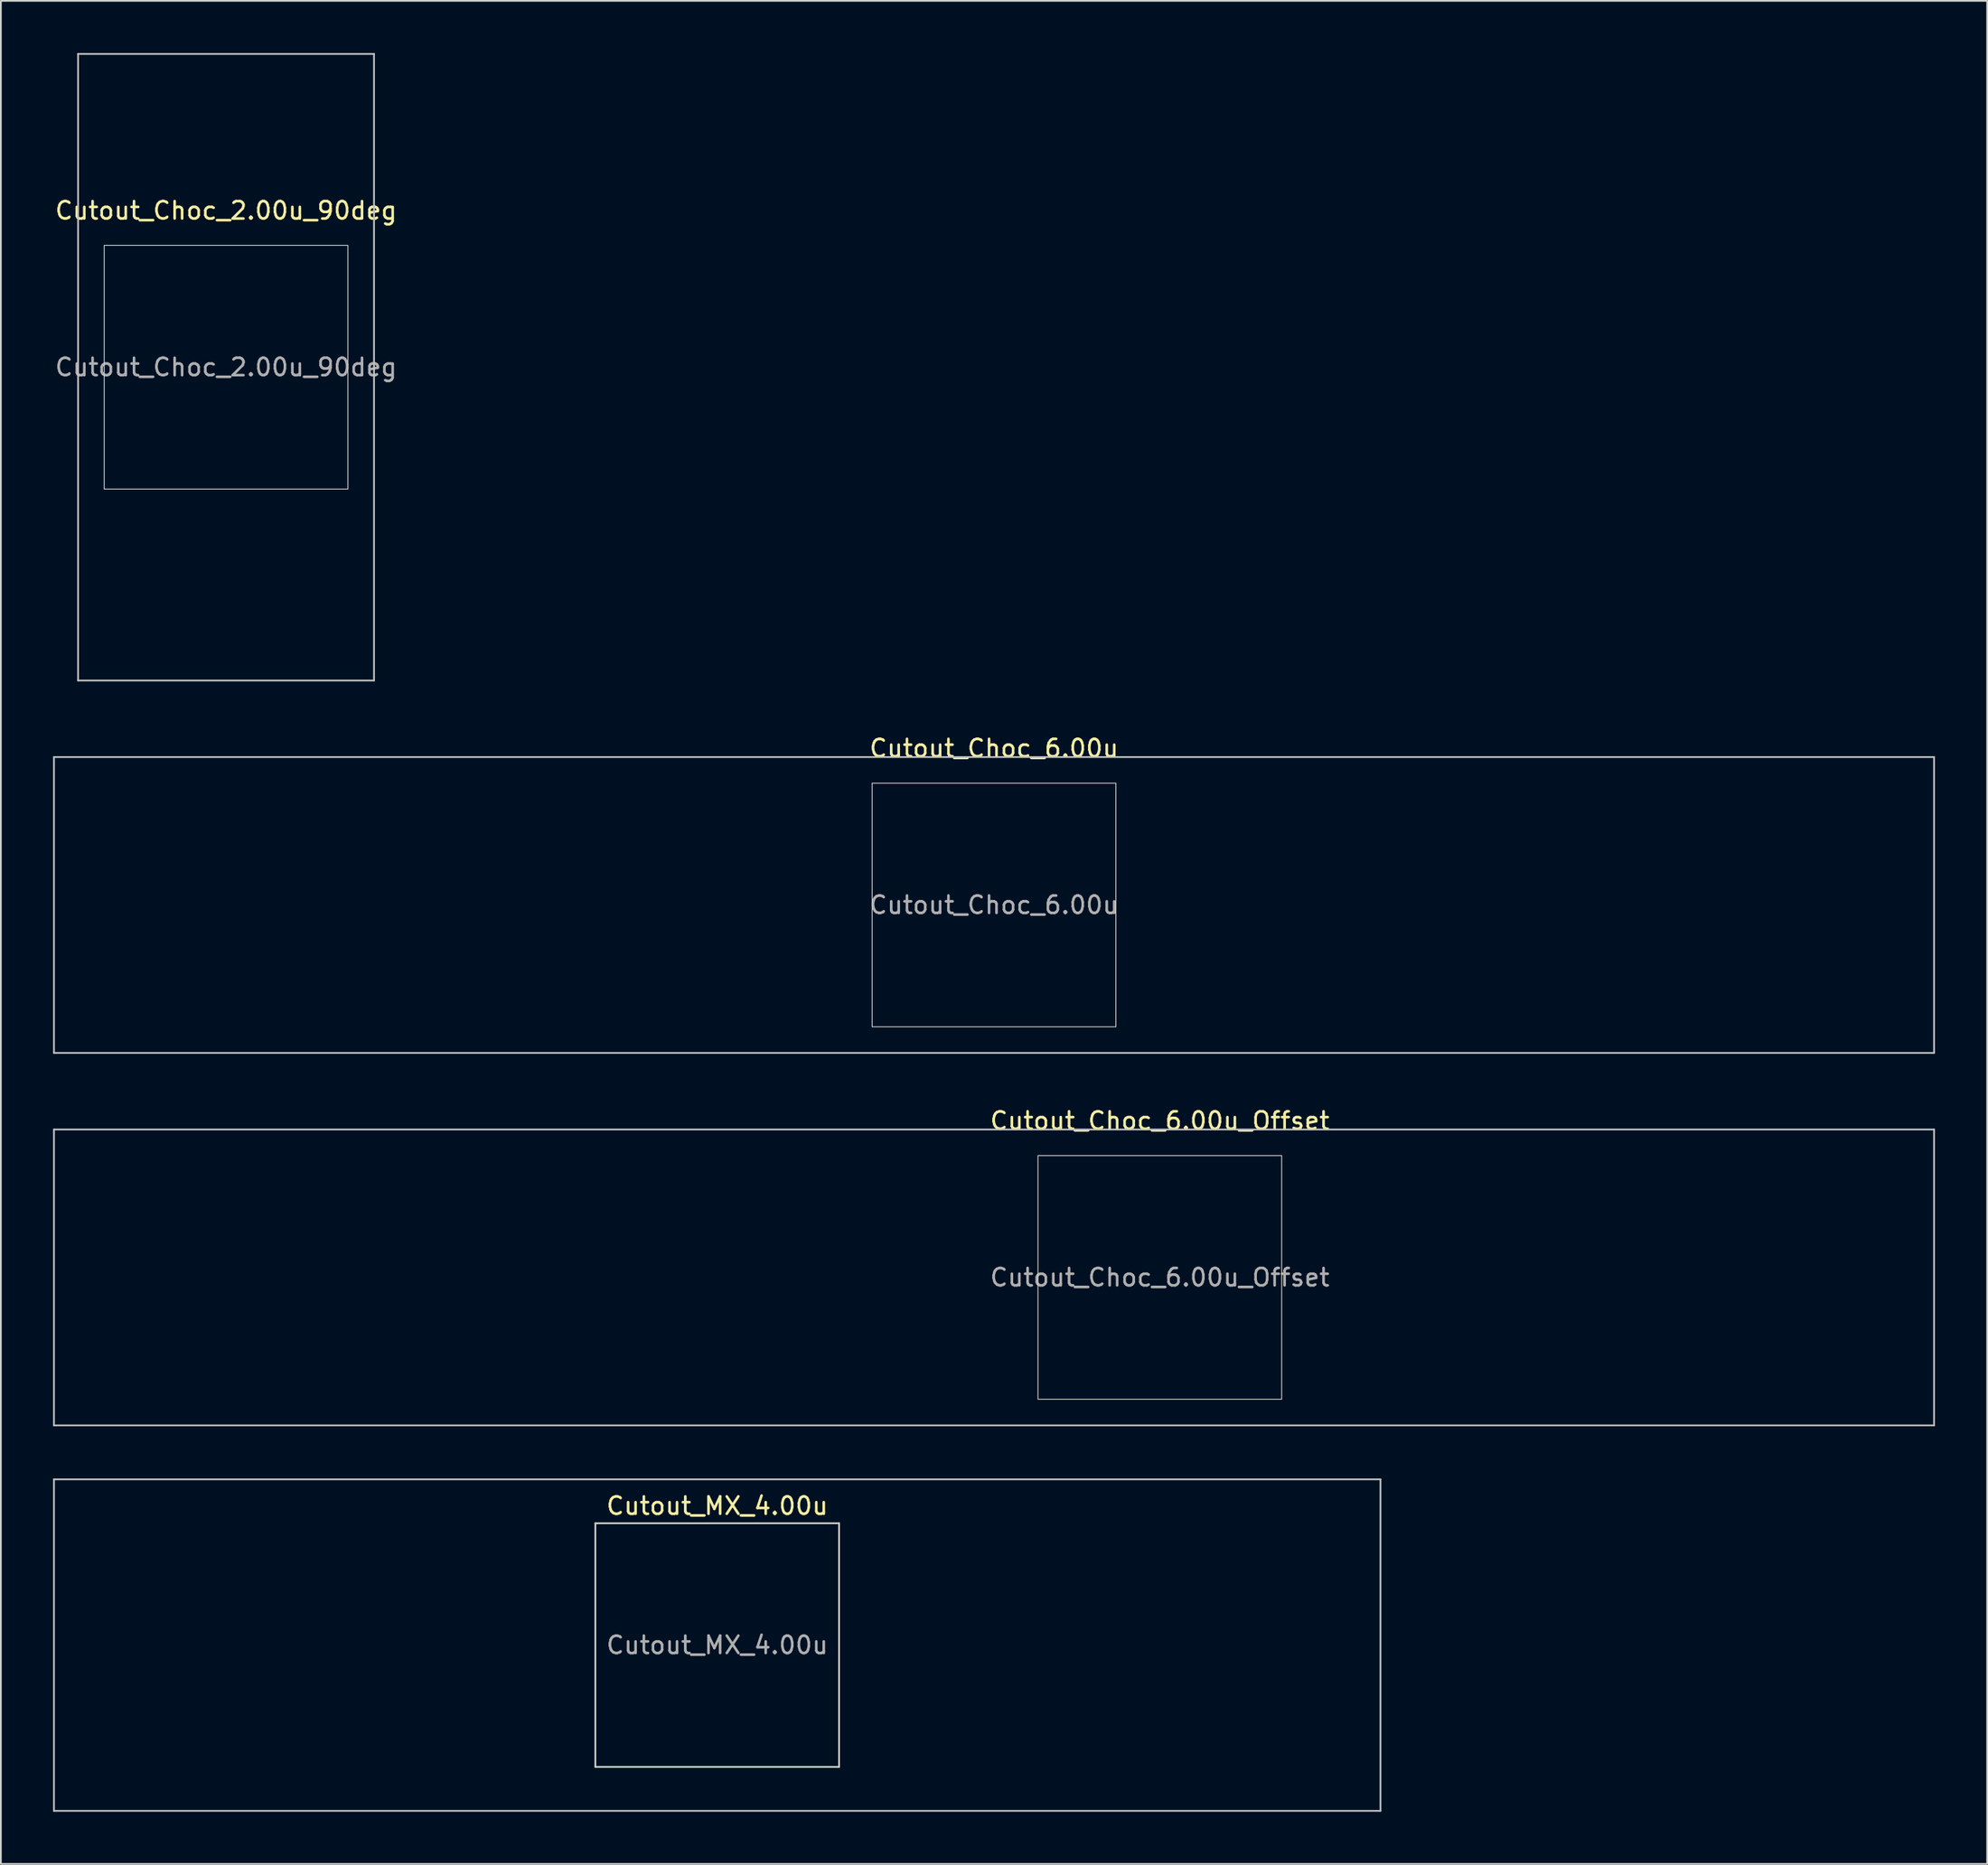
<source format=kicad_pcb>
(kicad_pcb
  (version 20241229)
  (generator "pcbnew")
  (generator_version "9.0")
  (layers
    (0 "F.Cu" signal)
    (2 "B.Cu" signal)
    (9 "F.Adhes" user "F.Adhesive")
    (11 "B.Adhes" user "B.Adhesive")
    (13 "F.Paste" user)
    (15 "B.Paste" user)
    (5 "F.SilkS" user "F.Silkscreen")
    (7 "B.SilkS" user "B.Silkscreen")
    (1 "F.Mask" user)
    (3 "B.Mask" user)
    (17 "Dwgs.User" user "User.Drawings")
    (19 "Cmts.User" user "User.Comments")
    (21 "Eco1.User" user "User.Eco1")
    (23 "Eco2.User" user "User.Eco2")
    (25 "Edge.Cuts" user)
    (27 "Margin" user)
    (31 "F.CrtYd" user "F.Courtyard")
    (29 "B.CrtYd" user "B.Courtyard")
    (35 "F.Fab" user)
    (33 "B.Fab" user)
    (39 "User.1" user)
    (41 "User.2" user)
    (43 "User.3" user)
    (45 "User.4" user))
  (footprint "Cutout_Choc_6.00u_Offset"
    (layer "F.Cu")
    (at 63.575 70.347)
    (property "Reference" "Cutout_Choc_6.00u_Offset" (at 0 -9 0) (layer "F.SilkS") (effects (font (size 1 1) (thickness 0.15))))
    (attr through_hole)
    (fp_line (start -63.525 -8.5) (end -63.525 8.5) (stroke (width 0.1) (type solid)) (layer "Dwgs.User"))
    (fp_line (start -63.525 8.5) (end 44.475 8.5) (stroke (width 0.1) (type solid)) (layer "Dwgs.User"))
    (fp_line (start 44.475 -8.5) (end -63.525 -8.5) (stroke (width 0.1) (type solid)) (layer "Dwgs.User"))
    (fp_line (start 44.475 8.5) (end 44.475 -8.5) (stroke (width 0.1) (type solid)) (layer "Dwgs.User"))
    (fp_rect (start -7 -7) (end 7 7) (stroke (width 0.05) (type default)) (fill no) (layer "Edge.Cuts"))
    (fp_text user "${REFERENCE}" (at 0 0 0) (layer "F.Fab") (effects (font (size 1 1) (thickness 0.15)))))
  (footprint "Cutout_Choc_2.00u_90deg"
    (layer "F.Cu")
    (at 9.935 18.05)
    (property "Reference" "Cutout_Choc_2.00u_90deg" (at 0 -9 0) (layer "F.SilkS") (effects (font (size 1 1) (thickness 0.15))))
    (attr through_hole)
    (fp_line (start -8.5 -18) (end 8.5 -18) (stroke (width 0.1) (type solid)) (layer "Dwgs.User"))
    (fp_line (start -8.5 18) (end -8.5 -18) (stroke (width 0.1) (type solid)) (layer "Dwgs.User"))
    (fp_line (start 8.5 -18) (end 8.5 18) (stroke (width 0.1) (type solid)) (layer "Dwgs.User"))
    (fp_line (start 8.5 18) (end -8.5 18) (stroke (width 0.1) (type solid)) (layer "Dwgs.User"))
    (fp_rect (start -7 -7) (end 7 7) (stroke (width 0.05) (type default)) (fill no) (layer "Edge.Cuts"))
    (fp_text user "${REFERENCE}" (at 0 0 0) (layer "F.Fab") (effects (font (size 1 1) (thickness 0.15)))))
  (footprint "Cutout_MX_4.00u"
    (layer "F.Cu")
    (at 38.15 91.472)
    (property "Reference" "Cutout_MX_4.00u" (at 0 -8 0) (layer "F.SilkS") (effects (font (size 1 1) (thickness 0.15))))
    (attr through_hole)
    (fp_line (start -38.1 -9.525) (end -38.1 9.525) (stroke (width 0.1) (type solid)) (layer "Dwgs.User"))
    (fp_line (start -38.1 9.525) (end 38.1 9.525) (stroke (width 0.1) (type solid)) (layer "Dwgs.User"))
    (fp_line (start 38.1 -9.525) (end -38.1 -9.525) (stroke (width 0.1) (type solid)) (layer "Dwgs.User"))
    (fp_line (start 38.1 9.525) (end 38.1 -9.525) (stroke (width 0.1) (type solid)) (layer "Dwgs.User"))
    (fp_line (start -7 -7) (end -7 7) (stroke (width 0.1) (type solid)) (layer "Edge.Cuts"))
    (fp_line (start -7 7) (end 7 7) (stroke (width 0.1) (type solid)) (layer "Edge.Cuts"))
    (fp_line (start 7 -7) (end -7 -7) (stroke (width 0.1) (type solid)) (layer "Edge.Cuts"))
    (fp_line (start 7 7) (end 7 -7) (stroke (width 0.1) (type solid)) (layer "Edge.Cuts"))
    (fp_text user "${REFERENCE}" (at 0 0 0) (layer "F.Fab") (effects (font (size 1 1) (thickness 0.15)))))
  (footprint "Cutout_Choc_6.00u"
    (layer "F.Cu")
    (at 54.05 48.948)
    (property "Reference" "Cutout_Choc_6.00u" (at 0 -9 0) (layer "F.SilkS") (effects (font (size 1 1) (thickness 0.15))))
    (attr through_hole)
    (fp_line (start -54 -8.5) (end -54 8.5) (stroke (width 0.1) (type solid)) (layer "Dwgs.User"))
    (fp_line (start -54 8.5) (end 54 8.5) (stroke (width 0.1) (type solid)) (layer "Dwgs.User"))
    (fp_line (start 54 -8.5) (end -54 -8.5) (stroke (width 0.1) (type solid)) (layer "Dwgs.User"))
    (fp_line (start 54 8.5) (end 54 -8.5) (stroke (width 0.1) (type solid)) (layer "Dwgs.User"))
    (fp_rect (start -7 -7) (end 7 7) (stroke (width 0.05) (type default)) (fill no) (layer "Edge.Cuts"))
    (fp_text user "${REFERENCE}" (at 0 0 0) (layer "F.Fab") (effects (font (size 1 1) (thickness 0.15)))))
  (gr_rect
    (start -3 -3)
    (end 111.1 104.046)
    (stroke (width 0.1) (type default))
    (fill no)
    (layer "Edge.Cuts")))
</source>
